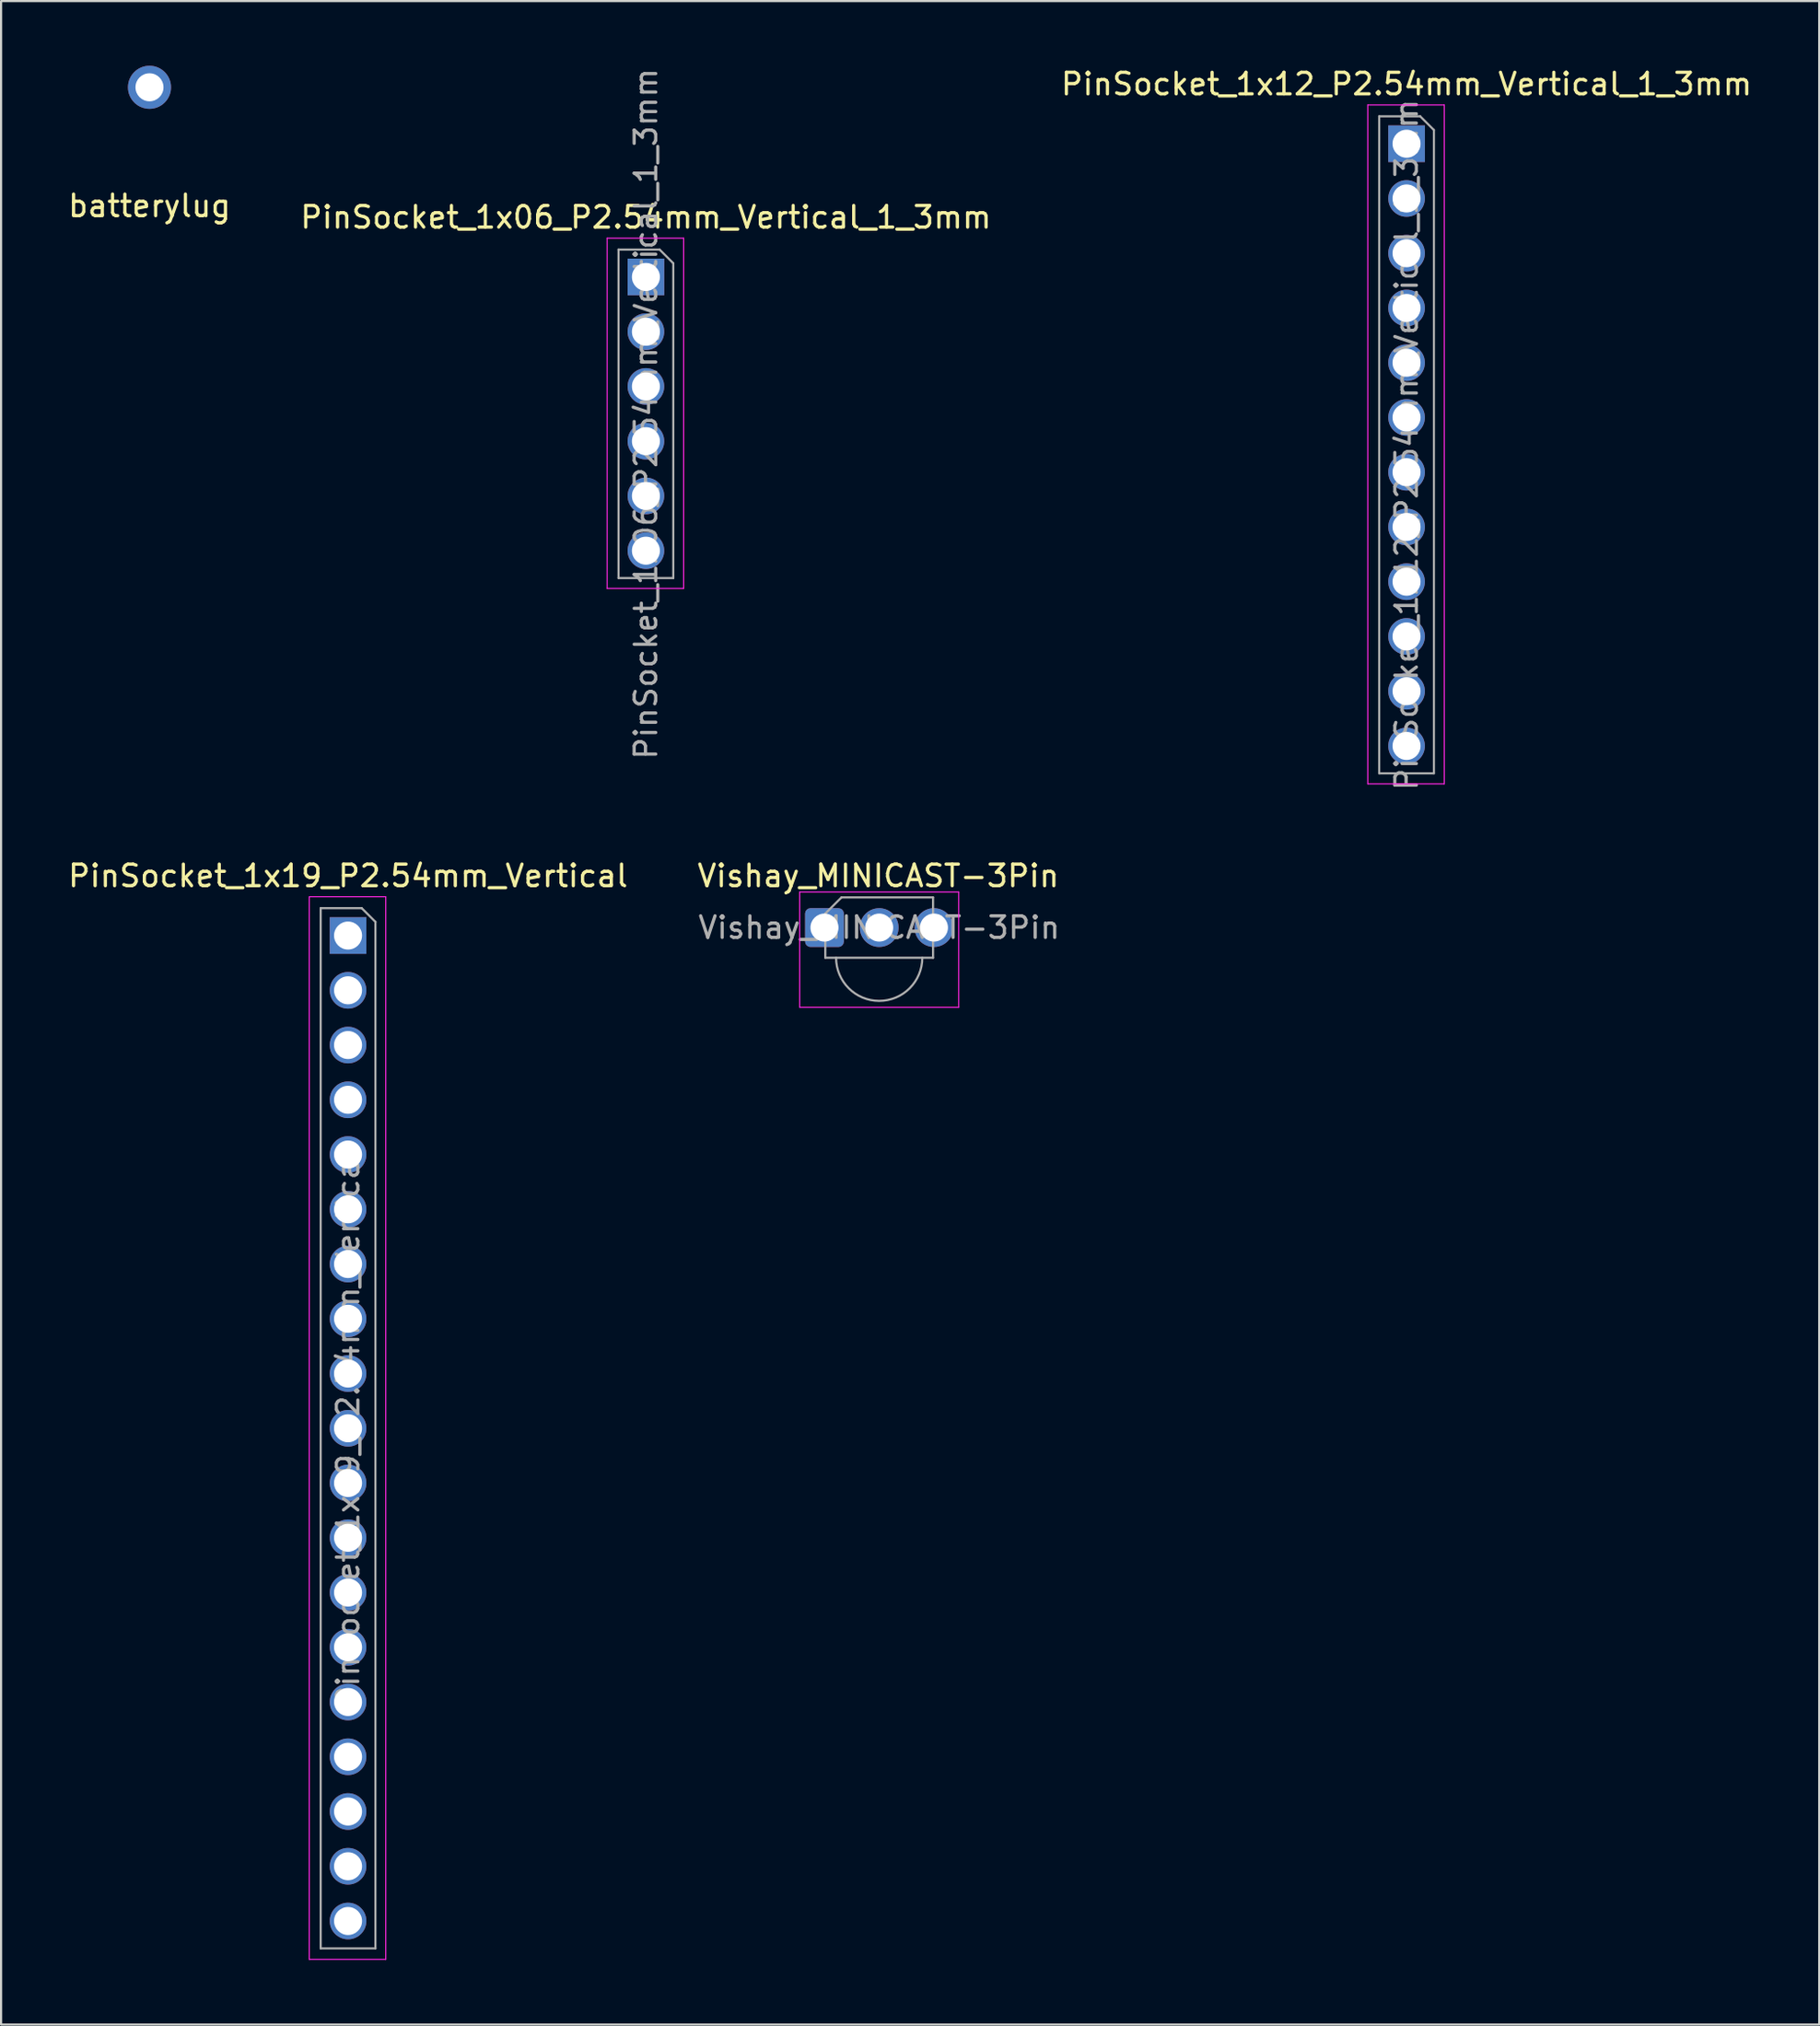
<source format=kicad_pcb>
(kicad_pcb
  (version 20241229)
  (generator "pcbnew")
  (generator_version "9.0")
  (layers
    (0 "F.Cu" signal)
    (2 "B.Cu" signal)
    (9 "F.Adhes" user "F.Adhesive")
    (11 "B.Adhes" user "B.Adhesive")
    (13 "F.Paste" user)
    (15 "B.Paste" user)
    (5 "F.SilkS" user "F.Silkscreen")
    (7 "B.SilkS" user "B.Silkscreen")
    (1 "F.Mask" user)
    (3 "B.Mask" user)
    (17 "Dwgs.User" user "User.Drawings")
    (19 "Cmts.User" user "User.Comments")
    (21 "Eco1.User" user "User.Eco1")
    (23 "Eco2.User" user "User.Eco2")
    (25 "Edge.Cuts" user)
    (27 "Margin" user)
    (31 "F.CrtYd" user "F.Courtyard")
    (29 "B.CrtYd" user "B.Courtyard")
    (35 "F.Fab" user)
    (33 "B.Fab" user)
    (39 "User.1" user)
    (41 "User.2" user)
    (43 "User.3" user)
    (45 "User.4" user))
  (footprint "PinSocket_1x19_P2.54mm_Vertical"
    (layer "F.Cu")
    (at 13.101 40.355)
    (property "Reference" "PinSocket_1x19_P2.54mm_Vertical" (at 0 -2.77 0) (layer "F.SilkS") (effects (font (size 1 1) (thickness 0.15))))
    (attr through_hole)
    (fp_line (start -1.8 -1.8) (end 1.75 -1.8) (stroke (width 0.05) (type solid)) (layer "F.CrtYd"))
    (fp_line (start -1.8 47.5) (end -1.8 -1.8) (stroke (width 0.05) (type solid)) (layer "F.CrtYd"))
    (fp_line (start 1.75 -1.8) (end 1.75 47.5) (stroke (width 0.05) (type solid)) (layer "F.CrtYd"))
    (fp_line (start 1.75 47.5) (end -1.8 47.5) (stroke (width 0.05) (type solid)) (layer "F.CrtYd"))
    (fp_line (start -1.27 -1.27) (end 0.635 -1.27) (stroke (width 0.1) (type solid)) (layer "F.Fab"))
    (fp_line (start -1.27 46.99) (end -1.27 -1.27) (stroke (width 0.1) (type solid)) (layer "F.Fab"))
    (fp_line (start 0.635 -1.27) (end 1.27 -0.635) (stroke (width 0.1) (type solid)) (layer "F.Fab"))
    (fp_line (start 1.27 -0.635) (end 1.27 46.99) (stroke (width 0.1) (type solid)) (layer "F.Fab"))
    (fp_line (start 1.27 46.99) (end -1.27 46.99) (stroke (width 0.1) (type solid)) (layer "F.Fab"))
    (fp_text user "${REFERENCE}" (at 0 22.86 270) (layer "F.Fab") (effects (font (size 1 1) (thickness 0.15))))
    (pad "1" thru_hole rect (at 0 0) (size 1.7 1.7) (drill 1.3) (layers "*.Cu" "*.Mask"))
    (pad "2" thru_hole oval (at 0 2.54) (size 1.7 1.7) (drill 1.3) (layers "*.Cu" "*.Mask"))
    (pad "3" thru_hole oval (at 0 5.08) (size 1.7 1.7) (drill 1.3) (layers "*.Cu" "*.Mask"))
    (pad "4" thru_hole oval (at 0 7.62) (size 1.7 1.7) (drill 1.3) (layers "*.Cu" "*.Mask"))
    (pad "5" thru_hole oval (at 0 10.16) (size 1.7 1.7) (drill 1.3) (layers "*.Cu" "*.Mask"))
    (pad "6" thru_hole oval (at 0 12.7) (size 1.7 1.7) (drill 1.3) (layers "*.Cu" "*.Mask"))
    (pad "7" thru_hole oval (at 0 15.24) (size 1.7 1.7) (drill 1.3) (layers "*.Cu" "*.Mask"))
    (pad "8" thru_hole oval (at 0 17.78) (size 1.7 1.7) (drill 1.3) (layers "*.Cu" "*.Mask"))
    (pad "9" thru_hole oval (at 0 20.32) (size 1.7 1.7) (drill 1.3) (layers "*.Cu" "*.Mask"))
    (pad "10" thru_hole oval (at 0 22.86) (size 1.7 1.7) (drill 1.3) (layers "*.Cu" "*.Mask"))
    (pad "11" thru_hole oval (at 0 25.4) (size 1.7 1.7) (drill 1.3) (layers "*.Cu" "*.Mask"))
    (pad "12" thru_hole oval (at 0 27.94) (size 1.7 1.7) (drill 1.3) (layers "*.Cu" "*.Mask"))
    (pad "13" thru_hole oval (at 0 30.48) (size 1.7 1.7) (drill 1.3) (layers "*.Cu" "*.Mask"))
    (pad "14" thru_hole oval (at 0 33.02) (size 1.7 1.7) (drill 1.3) (layers "*.Cu" "*.Mask"))
    (pad "15" thru_hole oval (at 0 35.56) (size 1.7 1.7) (drill 1.3) (layers "*.Cu" "*.Mask"))
    (pad "16" thru_hole oval (at 0 38.1) (size 1.7 1.7) (drill 1.3) (layers "*.Cu" "*.Mask"))
    (pad "17" thru_hole oval (at 0 40.64) (size 1.7 1.7) (drill 1.3) (layers "*.Cu" "*.Mask"))
    (pad "18" thru_hole oval (at 0 43.18) (size 1.7 1.7) (drill 1.3) (layers "*.Cu" "*.Mask"))
    (pad "19" thru_hole oval (at 0 45.72) (size 1.7 1.7) (drill 1.3) (layers "*.Cu" "*.Mask")))
  (footprint "batterylug"
    (layer "F.Cu")
    (at 3.887 6)
    (property "Reference" "batterylug" (at 0 0.5 0) (layer "F.SilkS") (effects (font (size 1 1) (thickness 0.15))))
    (attr through_hole)
    (pad "1" thru_hole oval (at 0 -5) (size 2 2) (drill oval 1.3) (layers "*.Cu" "*.Mask")))
  (footprint "PinSocket_1x06_P2.54mm_Vertical_1_3mm"
    (layer "F.Cu")
    (at 26.923 9.799)
    (property "Reference" "PinSocket_1x06_P2.54mm_Vertical_1_3mm" (at 0 -2.77 0) (layer "F.SilkS") (effects (font (size 1 1) (thickness 0.15))))
    (attr through_hole)
    (fp_line (start -1.8 -1.8) (end 1.75 -1.8) (stroke (width 0.05) (type solid)) (layer "F.CrtYd"))
    (fp_line (start -1.8 14.45) (end -1.8 -1.8) (stroke (width 0.05) (type solid)) (layer "F.CrtYd"))
    (fp_line (start 1.75 -1.8) (end 1.75 14.45) (stroke (width 0.05) (type solid)) (layer "F.CrtYd"))
    (fp_line (start 1.75 14.45) (end -1.8 14.45) (stroke (width 0.05) (type solid)) (layer "F.CrtYd"))
    (fp_line (start -1.27 -1.27) (end 0.635 -1.27) (stroke (width 0.1) (type solid)) (layer "F.Fab"))
    (fp_line (start -1.27 13.97) (end -1.27 -1.27) (stroke (width 0.1) (type solid)) (layer "F.Fab"))
    (fp_line (start 0.635 -1.27) (end 1.27 -0.635) (stroke (width 0.1) (type solid)) (layer "F.Fab"))
    (fp_line (start 1.27 -0.635) (end 1.27 13.97) (stroke (width 0.1) (type solid)) (layer "F.Fab"))
    (fp_line (start 1.27 13.97) (end -1.27 13.97) (stroke (width 0.1) (type solid)) (layer "F.Fab"))
    (fp_text user "${REFERENCE}" (at 0 6.35 90) (layer "F.Fab") (effects (font (size 1 1) (thickness 0.15))))
    (pad "1" thru_hole rect (at 0 0) (size 1.7 1.7) (drill 1.3) (layers "*.Cu" "*.Mask"))
    (pad "2" thru_hole oval (at 0 2.54) (size 1.7 1.7) (drill 1.3) (layers "*.Cu" "*.Mask"))
    (pad "3" thru_hole oval (at 0 5.08) (size 1.7 1.7) (drill 1.3) (layers "*.Cu" "*.Mask"))
    (pad "4" thru_hole oval (at 0 7.62) (size 1.7 1.7) (drill 1.3) (layers "*.Cu" "*.Mask"))
    (pad "5" thru_hole oval (at 0 10.16) (size 1.7 1.7) (drill 1.3) (layers "*.Cu" "*.Mask"))
    (pad "6" thru_hole oval (at 0 12.7) (size 1.7 1.7) (drill 1.3) (layers "*.Cu" "*.Mask")))
  (footprint "Vishay_MINICAST-3Pin"
    (layer "F.Cu")
    (at 35.208 39.985)
    (property "Reference" "Vishay_MINICAST-3Pin" (at 2.5 -2.4 180) (layer "F.SilkS") (effects (font (size 1 1) (thickness 0.15))))
    (attr through_hole)
    (fp_line (start -1.15 -1.65) (end -1.15 3.7) (stroke (width 0.05) (type solid)) (layer "F.CrtYd"))
    (fp_line (start -1.15 -1.65) (end 6.23 -1.65) (stroke (width 0.05) (type solid)) (layer "F.CrtYd"))
    (fp_line (start 6.23 3.7) (end -1.15 3.7) (stroke (width 0.05) (type solid)) (layer "F.CrtYd"))
    (fp_line (start 6.23 3.7) (end 6.23 -1.65) (stroke (width 0.05) (type solid)) (layer "F.CrtYd"))
    (fp_line (start 0.04 1.4) (end 0.04 -0.65) (stroke (width 0.1) (type solid)) (layer "F.Fab"))
    (fp_line (start 0.79 -1.4) (end 0.04 -0.65) (stroke (width 0.1) (type solid)) (layer "F.Fab"))
    (fp_line (start 0.79 -1.4) (end 5.04 -1.4) (stroke (width 0.1) (type solid)) (layer "F.Fab"))
    (fp_line (start 5.04 -1.4) (end 5.04 1.4) (stroke (width 0.1) (type solid)) (layer "F.Fab"))
    (fp_line (start 5.04 1.4) (end 0.04 1.4) (stroke (width 0.1) (type solid)) (layer "F.Fab"))
    (fp_arc (start 4.54 1.4) (mid 2.54 3.4) (end 0.54 1.4) (stroke (width 0.1) (type solid)) (layer "F.Fab"))
    (fp_text user "${REFERENCE}" (at 2.54 0 0) (layer "F.Fab") (effects (font (size 1 1) (thickness 0.15))))
    (pad "1" thru_hole roundrect (at 0 0) (size 1.8 1.8) (drill 1.3) (layers "*.Cu" "*.Mask") (roundrect_rratio 0.139))
    (pad "2" thru_hole circle (at 2.54 0) (size 1.8 1.8) (drill 1.3) (layers "*.Cu" "*.Mask"))
    (pad "3" thru_hole circle (at 5.08 0) (size 1.8 1.8) (drill 1.3) (layers "*.Cu" "*.Mask")))
  (footprint "PinSocket_1x12_P2.54mm_Vertical_1_3mm"
    (layer "F.Cu")
    (at 62.22 3.618)
    (property "Reference" "PinSocket_1x12_P2.54mm_Vertical_1_3mm" (at 0 -2.77 0) (layer "F.SilkS") (effects (font (size 1 1) (thickness 0.15))))
    (attr through_hole)
    (fp_line (start -1.8 -1.8) (end 1.75 -1.8) (stroke (width 0.05) (type solid)) (layer "F.CrtYd"))
    (fp_line (start -1.8 29.7) (end -1.8 -1.8) (stroke (width 0.05) (type solid)) (layer "F.CrtYd"))
    (fp_line (start 1.75 -1.8) (end 1.75 29.7) (stroke (width 0.05) (type solid)) (layer "F.CrtYd"))
    (fp_line (start 1.75 29.7) (end -1.8 29.7) (stroke (width 0.05) (type solid)) (layer "F.CrtYd"))
    (fp_line (start -1.27 -1.27) (end 0.635 -1.27) (stroke (width 0.1) (type solid)) (layer "F.Fab"))
    (fp_line (start -1.27 29.21) (end -1.27 -1.27) (stroke (width 0.1) (type solid)) (layer "F.Fab"))
    (fp_line (start 0.635 -1.27) (end 1.27 -0.635) (stroke (width 0.1) (type solid)) (layer "F.Fab"))
    (fp_line (start 1.27 -0.635) (end 1.27 29.21) (stroke (width 0.1) (type solid)) (layer "F.Fab"))
    (fp_line (start 1.27 29.21) (end -1.27 29.21) (stroke (width 0.1) (type solid)) (layer "F.Fab"))
    (fp_text user "${REFERENCE}" (at 0 13.97 90) (layer "F.Fab") (effects (font (size 1 1) (thickness 0.15))))
    (pad "1" thru_hole rect (at 0 0) (size 1.7 1.7) (drill 1.3) (layers "*.Cu" "*.Mask"))
    (pad "2" thru_hole oval (at 0 2.54) (size 1.7 1.7) (drill 1.3) (layers "*.Cu" "*.Mask"))
    (pad "3" thru_hole oval (at 0 5.08) (size 1.7 1.7) (drill 1.3) (layers "*.Cu" "*.Mask"))
    (pad "4" thru_hole oval (at 0 7.62) (size 1.7 1.7) (drill 1.3) (layers "*.Cu" "*.Mask"))
    (pad "5" thru_hole oval (at 0 10.16) (size 1.7 1.7) (drill 1.3) (layers "*.Cu" "*.Mask"))
    (pad "6" thru_hole oval (at 0 12.7) (size 1.7 1.7) (drill 1.3) (layers "*.Cu" "*.Mask"))
    (pad "7" thru_hole oval (at 0 15.24) (size 1.7 1.7) (drill 1.3) (layers "*.Cu" "*.Mask"))
    (pad "8" thru_hole oval (at 0 17.78) (size 1.7 1.7) (drill 1.3) (layers "*.Cu" "*.Mask"))
    (pad "9" thru_hole oval (at 0 20.32) (size 1.7 1.7) (drill 1.3) (layers "*.Cu" "*.Mask"))
    (pad "10" thru_hole oval (at 0 22.86) (size 1.7 1.7) (drill 1.3) (layers "*.Cu" "*.Mask"))
    (pad "11" thru_hole oval (at 0 25.4) (size 1.7 1.7) (drill 1.3) (layers "*.Cu" "*.Mask"))
    (pad "12" thru_hole oval (at 0 27.94) (size 1.7 1.7) (drill 1.3) (layers "*.Cu" "*.Mask")))
  (gr_rect
    (start -3 -3)
    (end 81.369 90.88)
    (stroke (width 0.1) (type default))
    (fill no)
    (layer "Edge.Cuts")))
</source>
